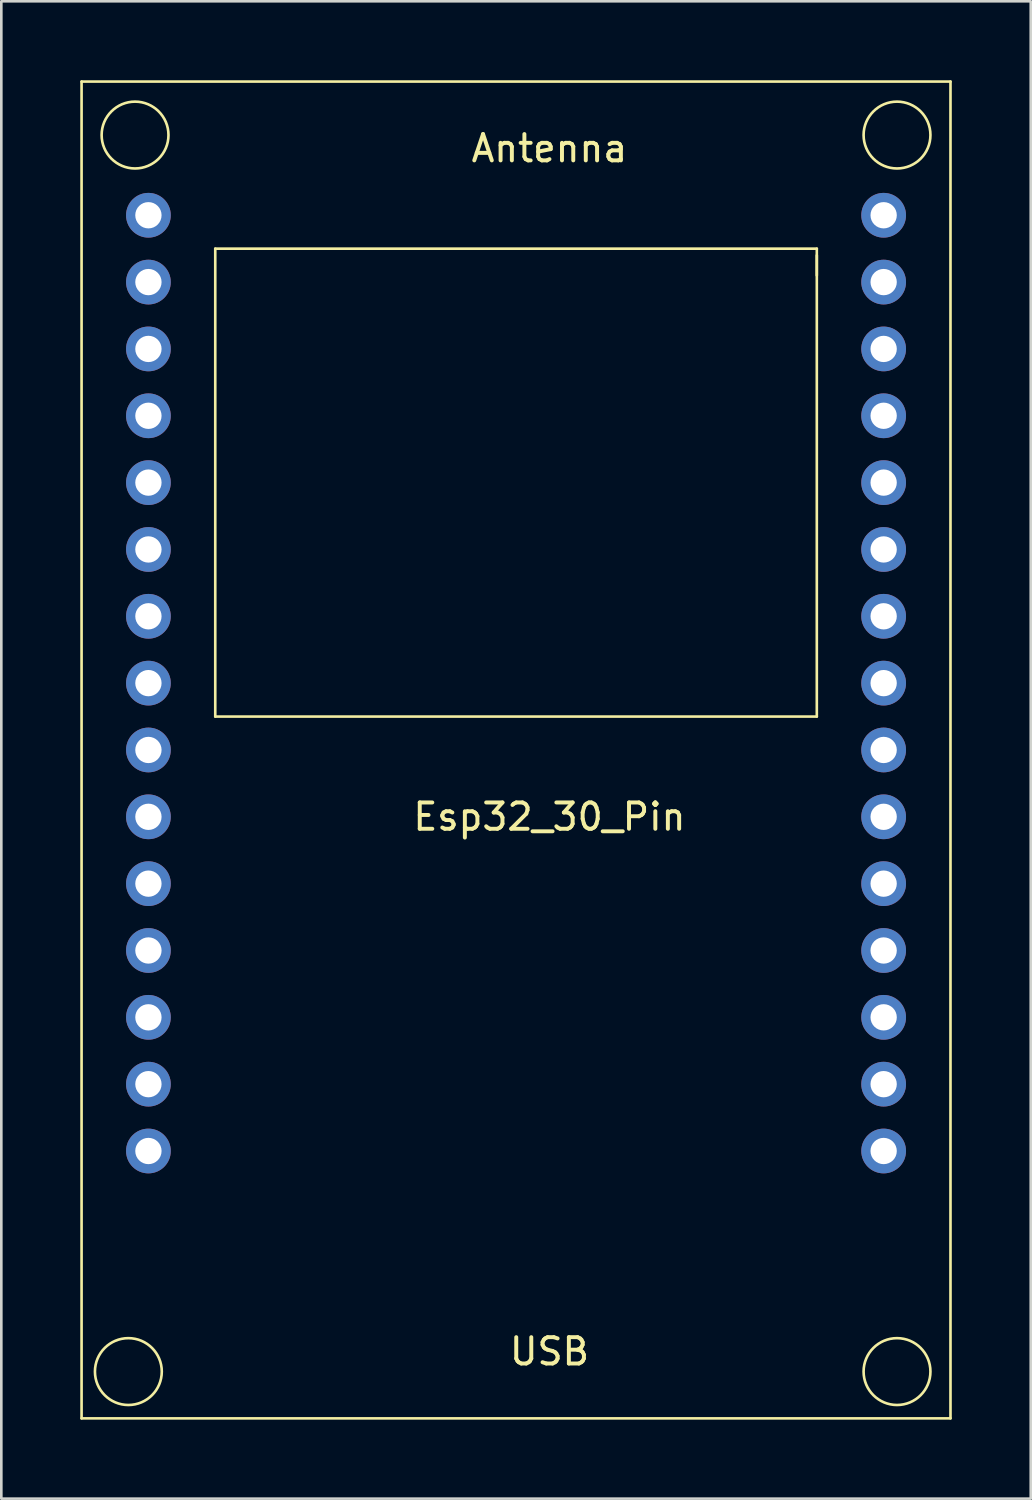
<source format=kicad_pcb>
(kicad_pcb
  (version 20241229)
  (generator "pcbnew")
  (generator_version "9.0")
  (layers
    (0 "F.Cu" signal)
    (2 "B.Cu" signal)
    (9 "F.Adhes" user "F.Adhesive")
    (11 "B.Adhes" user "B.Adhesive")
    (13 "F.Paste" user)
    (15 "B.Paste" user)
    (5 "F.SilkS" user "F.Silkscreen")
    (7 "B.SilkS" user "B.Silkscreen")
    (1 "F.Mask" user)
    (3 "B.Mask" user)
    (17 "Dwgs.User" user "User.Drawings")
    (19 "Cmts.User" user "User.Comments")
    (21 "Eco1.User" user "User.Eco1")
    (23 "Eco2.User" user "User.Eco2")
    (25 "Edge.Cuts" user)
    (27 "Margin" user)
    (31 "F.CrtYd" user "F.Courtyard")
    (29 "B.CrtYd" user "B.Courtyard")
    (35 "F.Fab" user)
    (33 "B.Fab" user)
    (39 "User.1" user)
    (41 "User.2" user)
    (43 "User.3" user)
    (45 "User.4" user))
  (footprint "Esp32_30_Pin"
    (layer "F.Cu")
    (at 17.83 22.91)
    (property "Reference" "Esp32_30_Pin" (at 0 5.08 0) (layer "F.SilkS") (effects (font (size 1 1) (thickness 0.15))))
    (attr through_hole)
    (fp_line (start -17.78 -22.86) (end -17.78 27.94) (stroke (width 0.1) (type solid)) (layer "F.SilkS"))
    (fp_line (start -17.78 27.94) (end 15.24 27.94) (stroke (width 0.1) (type solid)) (layer "F.SilkS"))
    (fp_line (start -12.7 -16.51) (end 10.16 -16.51) (stroke (width 0.1) (type solid)) (layer "F.SilkS"))
    (fp_line (start -12.7 1.27) (end -12.7 -16.51) (stroke (width 0.1) (type solid)) (layer "F.SilkS"))
    (fp_line (start 10.16 -16.51) (end 10.16 -15.494) (stroke (width 0.1) (type solid)) (layer "F.SilkS"))
    (fp_line (start 10.16 -16.256) (end 10.16 1.27) (stroke (width 0.1) (type solid)) (layer "F.SilkS"))
    (fp_line (start 10.16 1.27) (end -12.7 1.27) (stroke (width 0.1) (type solid)) (layer "F.SilkS"))
    (fp_line (start 15.24 -22.86) (end -17.78 -22.86) (stroke (width 0.1) (type solid)) (layer "F.SilkS"))
    (fp_line (start 15.24 27.94) (end 15.24 -22.86) (stroke (width 0.1) (type solid)) (layer "F.SilkS"))
    (fp_circle (center -16.002 26.162) (end -14.732 26.162) (stroke (width 0.1) (type solid)) (fill no) (layer "F.SilkS"))
    (fp_circle (center -15.748 -20.828) (end -14.478 -20.828) (stroke (width 0.1) (type solid)) (fill no) (layer "F.SilkS"))
    (fp_circle (center 13.208 -20.828) (end 14.478 -20.828) (stroke (width 0.1) (type solid)) (fill no) (layer "F.SilkS"))
    (fp_circle (center 13.208 26.162) (end 14.478 26.162) (stroke (width 0.1) (type solid)) (fill no) (layer "F.SilkS"))
    (fp_text user "Antenna" (at 0 -20.32 0) (layer "F.SilkS") (effects (font (size 1 1) (thickness 0.15))))
    (fp_text user "USB" (at 0 25.4 0) (layer "F.SilkS") (effects (font (size 1 1) (thickness 0.15))))
    (pad "1" thru_hole circle (at -15.24 -17.78) (size 1.7 1.7) (drill 1) (layers "*.Cu" "*.Mask"))
    (pad "2" thru_hole circle (at -15.24 -15.24) (size 1.7 1.7) (drill 1) (layers "*.Cu" "*.Mask"))
    (pad "3" thru_hole circle (at -15.24 -12.7) (size 1.7 1.7) (drill 1) (layers "*.Cu" "*.Mask"))
    (pad "4" thru_hole circle (at -15.24 -10.16) (size 1.7 1.7) (drill 1) (layers "*.Cu" "*.Mask"))
    (pad "5" thru_hole circle (at -15.24 -7.62) (size 1.7 1.7) (drill 1) (layers "*.Cu" "*.Mask"))
    (pad "6" thru_hole circle (at -15.24 -5.08) (size 1.7 1.7) (drill 1) (layers "*.Cu" "*.Mask"))
    (pad "7" thru_hole circle (at -15.24 -2.54) (size 1.7 1.7) (drill 1) (layers "*.Cu" "*.Mask"))
    (pad "8" thru_hole circle (at -15.24 0) (size 1.7 1.7) (drill 1) (layers "*.Cu" "*.Mask"))
    (pad "9" thru_hole circle (at -15.24 2.54) (size 1.7 1.7) (drill 1) (layers "*.Cu" "*.Mask"))
    (pad "10" thru_hole circle (at -15.24 5.08) (size 1.7 1.7) (drill 1) (layers "*.Cu" "*.Mask"))
    (pad "11" thru_hole circle (at -15.24 7.62) (size 1.7 1.7) (drill 1) (layers "*.Cu" "*.Mask"))
    (pad "12" thru_hole circle (at -15.24 10.16) (size 1.7 1.7) (drill 1) (layers "*.Cu" "*.Mask"))
    (pad "13" thru_hole circle (at -15.24 12.7) (size 1.7 1.7) (drill 1) (layers "*.Cu" "*.Mask"))
    (pad "14" thru_hole circle (at -15.24 15.24) (size 1.7 1.7) (drill 1) (layers "*.Cu" "*.Mask"))
    (pad "15" thru_hole circle (at -15.24 17.78) (size 1.7 1.7) (drill 1) (layers "*.Cu" "*.Mask"))
    (pad "16" thru_hole circle (at 12.7 17.78) (size 1.7 1.7) (drill 1) (layers "*.Cu" "*.Mask"))
    (pad "17" thru_hole circle (at 12.7 15.24) (size 1.7 1.7) (drill 1) (layers "*.Cu" "*.Mask"))
    (pad "18" thru_hole circle (at 12.7 12.7) (size 1.7 1.7) (drill 1) (layers "*.Cu" "*.Mask"))
    (pad "19" thru_hole circle (at 12.7 10.16) (size 1.7 1.7) (drill 1) (layers "*.Cu" "*.Mask"))
    (pad "20" thru_hole circle (at 12.7 7.62) (size 1.7 1.7) (drill 1) (layers "*.Cu" "*.Mask"))
    (pad "21" thru_hole circle (at 12.7 5.08) (size 1.7 1.7) (drill 1) (layers "*.Cu" "*.Mask"))
    (pad "22" thru_hole circle (at 12.7 2.54) (size 1.7 1.7) (drill 1) (layers "*.Cu" "*.Mask"))
    (pad "23" thru_hole circle (at 12.7 0) (size 1.7 1.7) (drill 1) (layers "*.Cu" "*.Mask"))
    (pad "24" thru_hole circle (at 12.7 -2.54) (size 1.7 1.7) (drill 1) (layers "*.Cu" "*.Mask"))
    (pad "25" thru_hole circle (at 12.7 -5.08) (size 1.7 1.7) (drill 1) (layers "*.Cu" "*.Mask"))
    (pad "26" thru_hole circle (at 12.7 -7.62) (size 1.7 1.7) (drill 1) (layers "*.Cu" "*.Mask"))
    (pad "27" thru_hole circle (at 12.7 -10.16) (size 1.7 1.7) (drill 1) (layers "*.Cu" "*.Mask"))
    (pad "28" thru_hole circle (at 12.7 -12.7) (size 1.7 1.7) (drill 1) (layers "*.Cu" "*.Mask"))
    (pad "29" thru_hole circle (at 12.7 -15.24) (size 1.7 1.7) (drill 1) (layers "*.Cu" "*.Mask"))
    (pad "30" thru_hole circle (at 12.7 -17.78) (size 1.7 1.7) (drill 1) (layers "*.Cu" "*.Mask")))
  (gr_rect
    (start -3 -3)
    (end 36.12 53.9)
    (stroke (width 0.1) (type default))
    (fill no)
    (layer "Edge.Cuts")))
</source>
